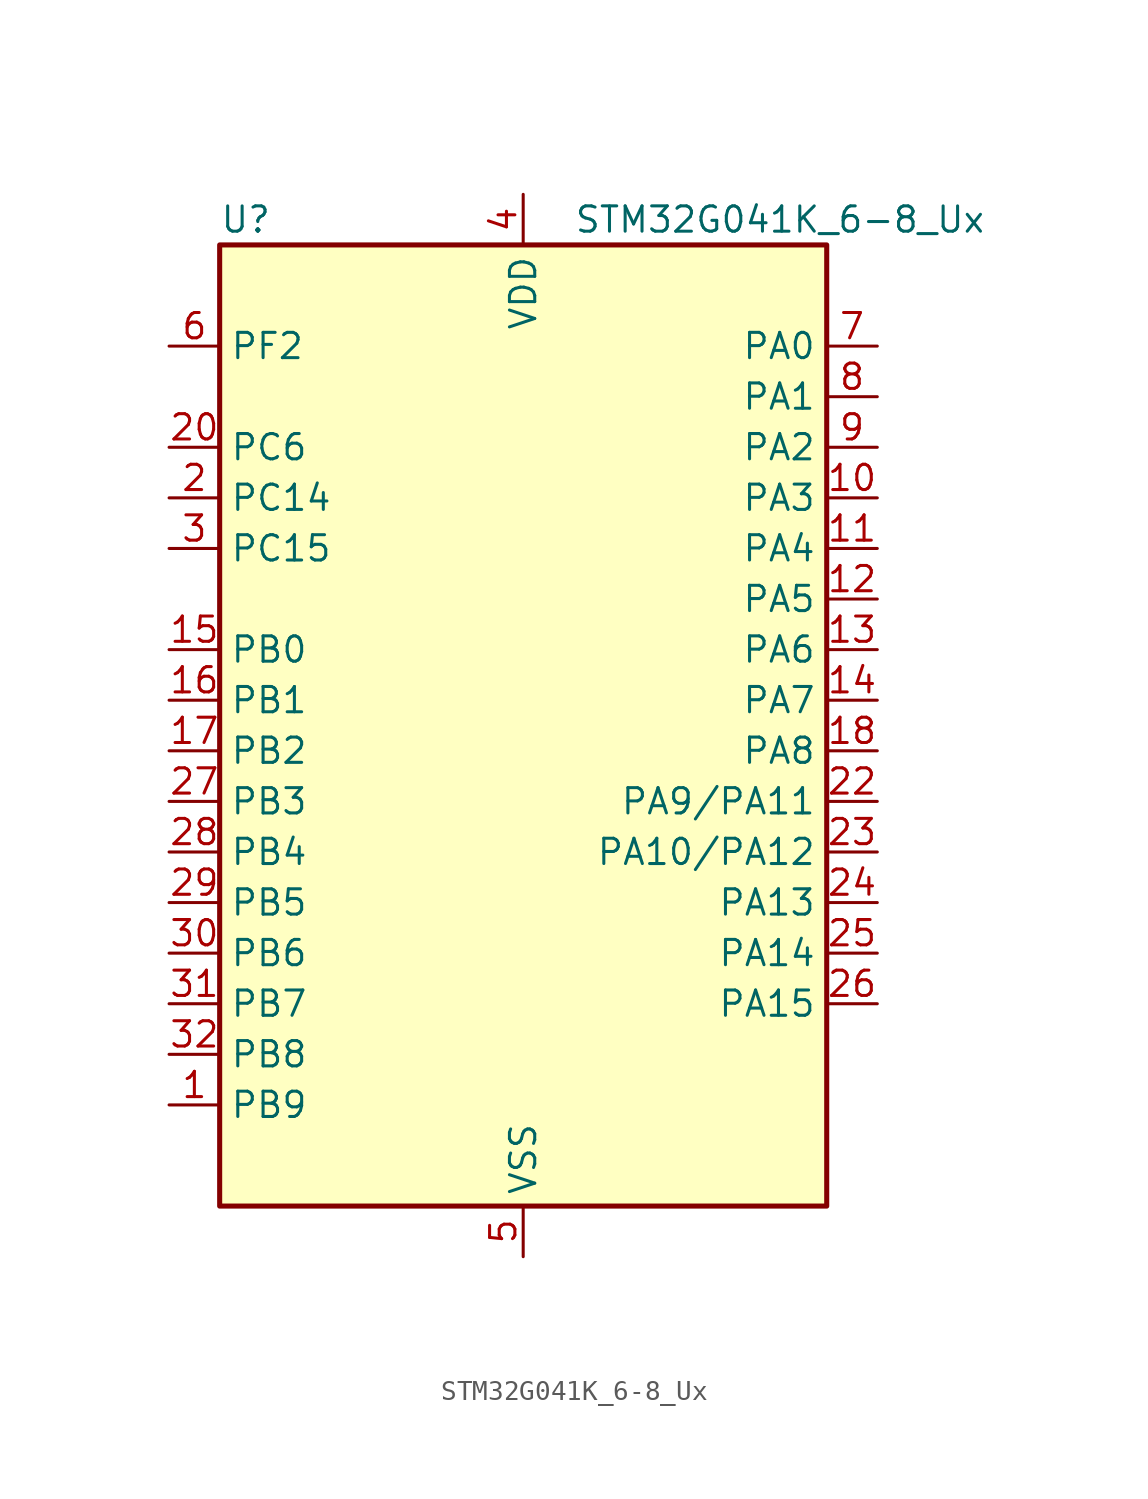
<source format=kicad_sym>
(kicad_symbol_lib
  (version 20241209)
  (generator "kicad_symbol_editor")
  (generator_version "9.0")
  (symbol "STM32G041K_6-8_Ux"
    (property "Reference" "U"
      (at -15.24 26.67 0)
      (effects (font (size 1.27 1.27)) (justify left)))
    (property "Value" "STM32G041K_6-8_Ux"
      (at 2.54 26.67 0)
      (effects (font (size 1.27 1.27)) (justify left)))
    (symbol "STM32G041K_6-8_Ux_0_1"
      (rectangle (start -15.24 -22.86) (end 15.24 25.4) (stroke (width 0.254) (type default)) (fill (type background))))
    (symbol "STM32G041K_6-8_Ux_1_1"
      (pin bidirectional line (at -17.78 20.32 0) (length 2.54) (name "PF2" (effects (font (size 1.27 1.27)))) (number "6" (effects (font (size 1.27 1.27)))) (alternate "RCC_MCO" bidirectional line))
      (pin bidirectional line (at -17.78 15.24 0) (length 2.54) (name "PC6" (effects (font (size 1.27 1.27)))) (number "20" (effects (font (size 1.27 1.27)))) (alternate "TIM2_CH3" bidirectional line) (alternate "TIM3_CH1" bidirectional line))
      (pin bidirectional line (at -17.78 12.7 0) (length 2.54) (name "PC14" (effects (font (size 1.27 1.27)))) (number "2" (effects (font (size 1.27 1.27)))) (alternate "RCC_OSC32_IN" bidirectional line) (alternate "RCC_OSC_IN" bidirectional line) (alternate "TIM1_BK2" bidirectional line))
      (pin bidirectional line (at -17.78 10.16 0) (length 2.54) (name "PC15" (effects (font (size 1.27 1.27)))) (number "3" (effects (font (size 1.27 1.27)))) (alternate "RCC_OSC32_EN" bidirectional line) (alternate "RCC_OSC32_OUT" bidirectional line) (alternate "RCC_OSC_EN" bidirectional line))
      (pin bidirectional line (at -17.78 5.08 0) (length 2.54) (name "PB0" (effects (font (size 1.27 1.27)))) (number "15" (effects (font (size 1.27 1.27)))) (alternate "ADC1_IN8" bidirectional line) (alternate "I2S1_WS" bidirectional line) (alternate "LPTIM1_OUT" bidirectional line) (alternate "SPI1_NSS" bidirectional line) (alternate "TIM1_CH2N" bidirectional line) (alternate "TIM3_CH3" bidirectional line))
      (pin bidirectional line (at -17.78 2.54 0) (length 2.54) (name "PB1" (effects (font (size 1.27 1.27)))) (number "16" (effects (font (size 1.27 1.27)))) (alternate "ADC1_IN9" bidirectional line) (alternate "LPTIM2_IN1" bidirectional line) (alternate "LPUART1_DE" bidirectional line) (alternate "LPUART1_RTS" bidirectional line) (alternate "TIM14_CH1" bidirectional line) (alternate "TIM1_CH3N" bidirectional line) (alternate "TIM3_CH4" bidirectional line))
      (pin bidirectional line (at -17.78 0 0) (length 2.54) (name "PB2" (effects (font (size 1.27 1.27)))) (number "17" (effects (font (size 1.27 1.27)))) (alternate "ADC1_IN10" bidirectional line) (alternate "LPTIM1_OUT" bidirectional line) (alternate "SPI2_MISO" bidirectional line))
      (pin bidirectional line (at -17.78 -2.54 0) (length 2.54) (name "PB3" (effects (font (size 1.27 1.27)))) (number "27" (effects (font (size 1.27 1.27)))) (alternate "I2S1_CK" bidirectional line) (alternate "SPI1_SCK" bidirectional line) (alternate "TIM1_CH2" bidirectional line) (alternate "TIM2_CH2" bidirectional line) (alternate "USART1_CK" bidirectional line) (alternate "USART1_DE" bidirectional line) (alternate "USART1_RTS" bidirectional line))
      (pin bidirectional line (at -17.78 -5.08 0) (length 2.54) (name "PB4" (effects (font (size 1.27 1.27)))) (number "28" (effects (font (size 1.27 1.27)))) (alternate "I2S1_MCK" bidirectional line) (alternate "SPI1_MISO" bidirectional line) (alternate "TIM17_BK" bidirectional line) (alternate "TIM3_CH1" bidirectional line) (alternate "USART1_CTS" bidirectional line) (alternate "USART1_NSS" bidirectional line))
      (pin bidirectional line (at -17.78 -7.62 0) (length 2.54) (name "PB5" (effects (font (size 1.27 1.27)))) (number "29" (effects (font (size 1.27 1.27)))) (alternate "I2C1_SMBA" bidirectional line) (alternate "I2S1_SD" bidirectional line) (alternate "LPTIM1_IN1" bidirectional line) (alternate "SPI1_MOSI" bidirectional line) (alternate "SYS_WKUP6" bidirectional line) (alternate "TIM16_BK" bidirectional line) (alternate "TIM3_CH2" bidirectional line))
      (pin bidirectional line (at -17.78 -10.16 0) (length 2.54) (name "PB6" (effects (font (size 1.27 1.27)))) (number "30" (effects (font (size 1.27 1.27)))) (alternate "I2C1_SCL" bidirectional line) (alternate "LPTIM1_ETR" bidirectional line) (alternate "SPI2_MISO" bidirectional line) (alternate "TIM16_CH1N" bidirectional line) (alternate "TIM1_CH3" bidirectional line) (alternate "USART1_TX" bidirectional line))
      (pin bidirectional line (at -17.78 -12.7 0) (length 2.54) (name "PB7" (effects (font (size 1.27 1.27)))) (number "31" (effects (font (size 1.27 1.27)))) (alternate "ADC1_IN11" bidirectional line) (alternate "I2C1_SDA" bidirectional line) (alternate "LPTIM1_IN2" bidirectional line) (alternate "SPI2_MOSI" bidirectional line) (alternate "SYS_PVD_IN" bidirectional line) (alternate "TIM17_CH1N" bidirectional line) (alternate "USART1_RX" bidirectional line))
      (pin bidirectional line (at -17.78 -15.24 0) (length 2.54) (name "PB8" (effects (font (size 1.27 1.27)))) (number "32" (effects (font (size 1.27 1.27)))) (alternate "I2C1_SCL" bidirectional line) (alternate "SPI2_SCK" bidirectional line) (alternate "TIM16_CH1" bidirectional line))
      (pin bidirectional line (at -17.78 -17.78 0) (length 2.54) (name "PB9" (effects (font (size 1.27 1.27)))) (number "1" (effects (font (size 1.27 1.27)))) (alternate "I2C1_SDA" bidirectional line) (alternate "IR_OUT" bidirectional line) (alternate "SPI2_NSS" bidirectional line) (alternate "TIM17_CH1" bidirectional line))
      (pin no_connect line (at -15.24 -20.32 0) (length 2.54) (hide yes) (name "NC/PA10" (effects (font (size 1.27 1.27)))) (number "21" (effects (font (size 1.27 1.27)))) (alternate "I2C1_SDA (PA10)" bidirectional line) (alternate "NC" bidirectional line) (alternate "PA10" bidirectional line) (alternate "SPI2_MOSI (PA10)" bidirectional line) (alternate "TIM17_BK (PA10)" bidirectional line) (alternate "TIM1_CH3 (PA10)" bidirectional line) (alternate "USART1_RX (PA10)" bidirectional line))
      (pin no_connect line (at -15.24 -22.86 0) (length 2.54) (hide yes) (name "NC/PA9" (effects (font (size 1.27 1.27)))) (number "19" (effects (font (size 1.27 1.27)))) (alternate "I2C1_SCL (PA9)" bidirectional line) (alternate "NC" bidirectional line) (alternate "PA9" bidirectional line) (alternate "RCC_MCO (PA9)" bidirectional line) (alternate "SPI2_MISO (PA9)" bidirectional line) (alternate "TIM1_CH2 (PA9)" bidirectional line) (alternate "USART1_TX (PA9)" bidirectional line))
      (pin power_in line (at 0 27.94 270) (length 2.54) (name "VDD" (effects (font (size 1.27 1.27)))) (number "4" (effects (font (size 1.27 1.27)))))
      (pin passive line (at 0 -25.4 90) (length 2.54) (hide yes) (name "VSS" (effects (font (size 1.27 1.27)))) (number "33" (effects (font (size 1.27 1.27)))))
      (pin power_in line (at 0 -25.4 90) (length 2.54) (name "VSS" (effects (font (size 1.27 1.27)))) (number "5" (effects (font (size 1.27 1.27)))))
      (pin bidirectional line (at 17.78 20.32 180) (length 2.54) (name "PA0" (effects (font (size 1.27 1.27)))) (number "7" (effects (font (size 1.27 1.27)))) (alternate "ADC1_IN0" bidirectional line) (alternate "LPTIM1_OUT" bidirectional line) (alternate "RTC_TAMP_IN2" bidirectional line) (alternate "SPI2_SCK" bidirectional line) (alternate "SYS_WKUP1" bidirectional line) (alternate "TIM2_CH1" bidirectional line) (alternate "TIM2_ETR" bidirectional line) (alternate "USART2_CTS" bidirectional line) (alternate "USART2_NSS" bidirectional line))
      (pin bidirectional line (at 17.78 17.78 180) (length 2.54) (name "PA1" (effects (font (size 1.27 1.27)))) (number "8" (effects (font (size 1.27 1.27)))) (alternate "ADC1_IN1" bidirectional line) (alternate "I2C1_SMBA" bidirectional line) (alternate "I2S1_CK" bidirectional line) (alternate "SPI1_SCK" bidirectional line) (alternate "TIM2_CH2" bidirectional line) (alternate "USART2_CK" bidirectional line) (alternate "USART2_DE" bidirectional line) (alternate "USART2_RTS" bidirectional line))
      (pin bidirectional line (at 17.78 15.24 180) (length 2.54) (name "PA2" (effects (font (size 1.27 1.27)))) (number "9" (effects (font (size 1.27 1.27)))) (alternate "ADC1_IN2" bidirectional line) (alternate "I2S1_SD" bidirectional line) (alternate "LPUART1_TX" bidirectional line) (alternate "RCC_LSCO" bidirectional line) (alternate "SPI1_MOSI" bidirectional line) (alternate "SYS_WKUP4" bidirectional line) (alternate "TIM2_CH3" bidirectional line) (alternate "USART2_TX" bidirectional line))
      (pin bidirectional line (at 17.78 12.7 180) (length 2.54) (name "PA3" (effects (font (size 1.27 1.27)))) (number "10" (effects (font (size 1.27 1.27)))) (alternate "ADC1_IN3" bidirectional line) (alternate "LPUART1_RX" bidirectional line) (alternate "SPI2_MISO" bidirectional line) (alternate "TIM2_CH4" bidirectional line) (alternate "USART2_RX" bidirectional line))
      (pin bidirectional line (at 17.78 10.16 180) (length 2.54) (name "PA4" (effects (font (size 1.27 1.27)))) (number "11" (effects (font (size 1.27 1.27)))) (alternate "ADC1_IN4" bidirectional line) (alternate "I2S1_WS" bidirectional line) (alternate "LPTIM2_OUT" bidirectional line) (alternate "RTC_OUT_ALARM" bidirectional line) (alternate "RTC_OUT_CALIB" bidirectional line) (alternate "RTC_TAMP_IN1" bidirectional line) (alternate "RTC_TS" bidirectional line) (alternate "SPI1_NSS" bidirectional line) (alternate "SPI2_MOSI" bidirectional line) (alternate "SYS_WKUP2" bidirectional line) (alternate "TIM14_CH1" bidirectional line))
      (pin bidirectional line (at 17.78 7.62 180) (length 2.54) (name "PA5" (effects (font (size 1.27 1.27)))) (number "12" (effects (font (size 1.27 1.27)))) (alternate "ADC1_IN5" bidirectional line) (alternate "I2S1_CK" bidirectional line) (alternate "LPTIM2_ETR" bidirectional line) (alternate "SPI1_SCK" bidirectional line) (alternate "TIM2_CH1" bidirectional line) (alternate "TIM2_ETR" bidirectional line))
      (pin bidirectional line (at 17.78 5.08 180) (length 2.54) (name "PA6" (effects (font (size 1.27 1.27)))) (number "13" (effects (font (size 1.27 1.27)))) (alternate "ADC1_IN6" bidirectional line) (alternate "I2S1_MCK" bidirectional line) (alternate "LPUART1_CTS" bidirectional line) (alternate "SPI1_MISO" bidirectional line) (alternate "TIM16_CH1" bidirectional line) (alternate "TIM1_BK" bidirectional line) (alternate "TIM3_CH1" bidirectional line))
      (pin bidirectional line (at 17.78 2.54 180) (length 2.54) (name "PA7" (effects (font (size 1.27 1.27)))) (number "14" (effects (font (size 1.27 1.27)))) (alternate "ADC1_IN7" bidirectional line) (alternate "I2S1_SD" bidirectional line) (alternate "SPI1_MOSI" bidirectional line) (alternate "TIM14_CH1" bidirectional line) (alternate "TIM17_CH1" bidirectional line) (alternate "TIM1_CH1N" bidirectional line) (alternate "TIM3_CH2" bidirectional line))
      (pin bidirectional line (at 17.78 0 180) (length 2.54) (name "PA8" (effects (font (size 1.27 1.27)))) (number "18" (effects (font (size 1.27 1.27)))) (alternate "LPTIM2_OUT" bidirectional line) (alternate "RCC_MCO" bidirectional line) (alternate "SPI2_NSS" bidirectional line) (alternate "TIM1_CH1" bidirectional line))
      (pin bidirectional line (at 17.78 -2.54 180) (length 2.54) (name "PA9/PA11" (effects (font (size 1.27 1.27)))) (number "22" (effects (font (size 1.27 1.27)))) (alternate "ADC1_EXTI11 (PA11)" bidirectional line) (alternate "ADC1_IN15 (PA11)" bidirectional line) (alternate "I2C1_SCL (PA9)" bidirectional line) (alternate "I2C2_SCL (PA11)" bidirectional line) (alternate "I2S1_MCK (PA11)" bidirectional line) (alternate "PA11" bidirectional line) (alternate "PA9" bidirectional line) (alternate "RCC_MCO (PA9)" bidirectional line) (alternate "SPI1_MISO (PA11)" bidirectional line) (alternate "SPI2_MISO (PA9)" bidirectional line) (alternate "TIM1_BK2 (PA11)" bidirectional line) (alternate "TIM1_CH2 (PA9)" bidirectional line) (alternate "TIM1_CH4 (PA11)" bidirectional line) (alternate "USART1_CTS (PA11)" bidirectional line) (alternate "USART1_NSS (PA11)" bidirectional line) (alternate "USART1_TX (PA9)" bidirectional line))
      (pin bidirectional line (at 17.78 -5.08 180) (length 2.54) (name "PA10/PA12" (effects (font (size 1.27 1.27)))) (number "23" (effects (font (size 1.27 1.27)))) (alternate "ADC1_IN16 (PA12)" bidirectional line) (alternate "I2C1_SDA (PA10)" bidirectional line) (alternate "I2C2_SDA (PA12)" bidirectional line) (alternate "I2S1_SD (PA12)" bidirectional line) (alternate "I2S_CKIN (PA12)" bidirectional line) (alternate "PA10" bidirectional line) (alternate "PA12" bidirectional line) (alternate "SPI1_MOSI (PA12)" bidirectional line) (alternate "SPI2_MOSI (PA10)" bidirectional line) (alternate "TIM17_BK (PA10)" bidirectional line) (alternate "TIM1_CH3 (PA10)" bidirectional line) (alternate "TIM1_ETR (PA12)" bidirectional line) (alternate "USART1_CK (PA12)" bidirectional line) (alternate "USART1_DE (PA12)" bidirectional line) (alternate "USART1_RTS (PA12)" bidirectional line) (alternate "USART1_RX (PA10)" bidirectional line))
      (pin bidirectional line (at 17.78 -7.62 180) (length 2.54) (name "PA13" (effects (font (size 1.27 1.27)))) (number "24" (effects (font (size 1.27 1.27)))) (alternate "ADC1_IN17" bidirectional line) (alternate "IR_OUT" bidirectional line) (alternate "SYS_SWDIO" bidirectional line))
      (pin bidirectional line (at 17.78 -10.16 180) (length 2.54) (name "PA14" (effects (font (size 1.27 1.27)))) (number "25" (effects (font (size 1.27 1.27)))) (alternate "ADC1_IN18" bidirectional line) (alternate "SYS_SWCLK" bidirectional line) (alternate "USART2_TX" bidirectional line))
      (pin bidirectional line (at 17.78 -12.7 180) (length 2.54) (name "PA15" (effects (font (size 1.27 1.27)))) (number "26" (effects (font (size 1.27 1.27)))) (alternate "I2S1_WS" bidirectional line) (alternate "SPI1_NSS" bidirectional line) (alternate "TIM2_CH1" bidirectional line) (alternate "TIM2_ETR" bidirectional line) (alternate "USART2_RX" bidirectional line)))))
</source>
